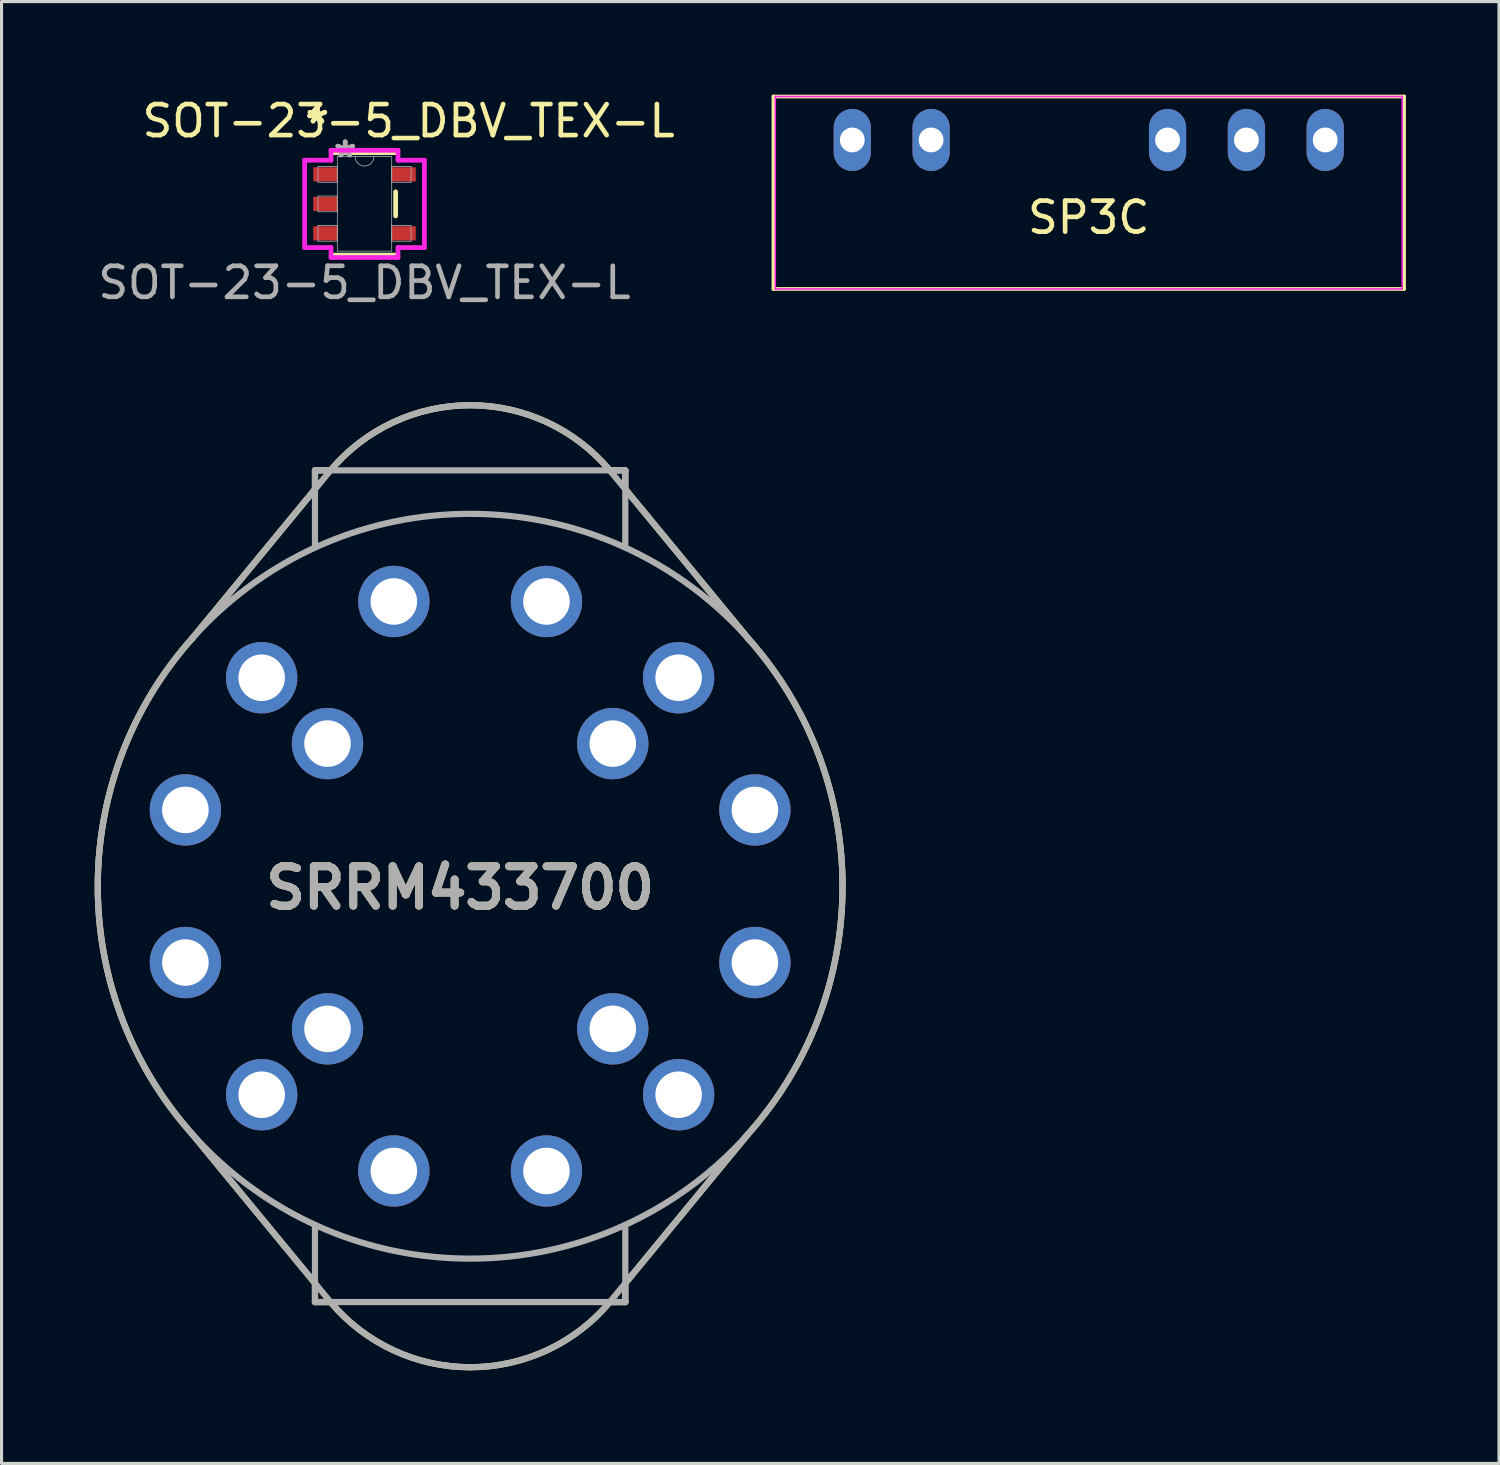
<source format=kicad_pcb>
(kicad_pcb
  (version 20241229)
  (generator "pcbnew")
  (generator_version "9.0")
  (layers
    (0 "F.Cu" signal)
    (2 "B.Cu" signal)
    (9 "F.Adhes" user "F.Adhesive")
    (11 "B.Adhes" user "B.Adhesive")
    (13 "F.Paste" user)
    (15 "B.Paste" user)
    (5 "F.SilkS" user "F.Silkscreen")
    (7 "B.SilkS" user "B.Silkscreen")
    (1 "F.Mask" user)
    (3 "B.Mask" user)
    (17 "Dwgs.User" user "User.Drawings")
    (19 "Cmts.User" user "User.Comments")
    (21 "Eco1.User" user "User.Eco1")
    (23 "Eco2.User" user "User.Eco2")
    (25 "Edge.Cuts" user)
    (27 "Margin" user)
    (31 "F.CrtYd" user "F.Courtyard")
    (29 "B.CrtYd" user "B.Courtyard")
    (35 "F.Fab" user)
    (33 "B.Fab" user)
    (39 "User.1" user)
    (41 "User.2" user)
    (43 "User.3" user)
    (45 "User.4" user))
  (footprint "SOT-23-5_DBV_TEX-L"
    (layer "F.Cu")
    (at 8.696 3.52)
    (property "Reference" "SOT-23-5_DBV_TEX-L" (at 1.422 -2.672 0) (unlocked yes) (layer "F.SilkS") (effects (font (size 1 1) (thickness 0.15))))
    (attr smd)
    (fp_line (start -1.003 1.651) (end 1.003 1.651) (stroke (width 0.152) (type solid)) (layer "F.SilkS"))
    (fp_line (start 1.003 -1.651) (end -1.003 -1.651) (stroke (width 0.152) (type solid)) (layer "F.SilkS"))
    (fp_line (start 1.003 0.389) (end 1.003 -0.389) (stroke (width 0.152) (type solid)) (layer "F.SilkS"))
    (fp_line (start -1.93 -1.407) (end -1.079 -1.407) (stroke (width 0.152) (type solid)) (layer "F.CrtYd"))
    (fp_line (start -1.93 1.407) (end -1.93 -1.407) (stroke (width 0.152) (type solid)) (layer "F.CrtYd"))
    (fp_line (start -1.079 -1.727) (end 1.079 -1.727) (stroke (width 0.152) (type solid)) (layer "F.CrtYd"))
    (fp_line (start -1.079 -1.407) (end -1.079 -1.727) (stroke (width 0.152) (type solid)) (layer "F.CrtYd"))
    (fp_line (start -1.079 1.407) (end -1.93 1.407) (stroke (width 0.152) (type solid)) (layer "F.CrtYd"))
    (fp_line (start -1.079 1.727) (end -1.079 1.407) (stroke (width 0.152) (type solid)) (layer "F.CrtYd"))
    (fp_line (start 1.079 -1.727) (end 1.079 -1.407) (stroke (width 0.152) (type solid)) (layer "F.CrtYd"))
    (fp_line (start 1.079 -1.407) (end 1.93 -1.407) (stroke (width 0.152) (type solid)) (layer "F.CrtYd"))
    (fp_line (start 1.079 1.407) (end 1.079 1.727) (stroke (width 0.152) (type solid)) (layer "F.CrtYd"))
    (fp_line (start 1.079 1.727) (end -1.079 1.727) (stroke (width 0.152) (type solid)) (layer "F.CrtYd"))
    (fp_line (start 1.93 -1.407) (end 1.93 1.407) (stroke (width 0.152) (type solid)) (layer "F.CrtYd"))
    (fp_line (start 1.93 1.407) (end 1.079 1.407) (stroke (width 0.152) (type solid)) (layer "F.CrtYd"))
    (fp_line (start -1.499 -1.204) (end -1.499 -0.696) (stroke (width 0.025) (type solid)) (layer "F.Fab"))
    (fp_line (start -1.499 -0.696) (end -0.876 -0.696) (stroke (width 0.025) (type solid)) (layer "F.Fab"))
    (fp_line (start -1.499 -0.254) (end -1.499 0.254) (stroke (width 0.025) (type solid)) (layer "F.Fab"))
    (fp_line (start -1.499 0.254) (end -0.876 0.254) (stroke (width 0.025) (type solid)) (layer "F.Fab"))
    (fp_line (start -1.499 0.696) (end -1.499 1.204) (stroke (width 0.025) (type solid)) (layer "F.Fab"))
    (fp_line (start -1.499 1.204) (end -0.876 1.204) (stroke (width 0.025) (type solid)) (layer "F.Fab"))
    (fp_line (start -0.876 -1.524) (end -0.876 1.524) (stroke (width 0.025) (type solid)) (layer "F.Fab"))
    (fp_line (start -0.876 -1.204) (end -1.499 -1.204) (stroke (width 0.025) (type solid)) (layer "F.Fab"))
    (fp_line (start -0.876 -0.696) (end -0.876 -1.204) (stroke (width 0.025) (type solid)) (layer "F.Fab"))
    (fp_line (start -0.876 -0.254) (end -1.499 -0.254) (stroke (width 0.025) (type solid)) (layer "F.Fab"))
    (fp_line (start -0.876 0.254) (end -0.876 -0.254) (stroke (width 0.025) (type solid)) (layer "F.Fab"))
    (fp_line (start -0.876 0.696) (end -1.499 0.696) (stroke (width 0.025) (type solid)) (layer "F.Fab"))
    (fp_line (start -0.876 1.204) (end -0.876 0.696) (stroke (width 0.025) (type solid)) (layer "F.Fab"))
    (fp_line (start -0.876 1.524) (end 0.876 1.524) (stroke (width 0.025) (type solid)) (layer "F.Fab"))
    (fp_line (start 0.876 -1.524) (end -0.876 -1.524) (stroke (width 0.025) (type solid)) (layer "F.Fab"))
    (fp_line (start 0.876 -1.204) (end 0.876 -0.696) (stroke (width 0.025) (type solid)) (layer "F.Fab"))
    (fp_line (start 0.876 -0.696) (end 1.499 -0.696) (stroke (width 0.025) (type solid)) (layer "F.Fab"))
    (fp_line (start 0.876 0.696) (end 0.876 1.204) (stroke (width 0.025) (type solid)) (layer "F.Fab"))
    (fp_line (start 0.876 1.204) (end 1.499 1.204) (stroke (width 0.025) (type solid)) (layer "F.Fab"))
    (fp_line (start 0.876 1.524) (end 0.876 -1.524) (stroke (width 0.025) (type solid)) (layer "F.Fab"))
    (fp_line (start 1.499 -1.204) (end 0.876 -1.204) (stroke (width 0.025) (type solid)) (layer "F.Fab"))
    (fp_line (start 1.499 -0.696) (end 1.499 -1.204) (stroke (width 0.025) (type solid)) (layer "F.Fab"))
    (fp_line (start 1.499 0.696) (end 0.876 0.696) (stroke (width 0.025) (type solid)) (layer "F.Fab"))
    (fp_line (start 1.499 1.204) (end 1.499 0.696) (stroke (width 0.025) (type solid)) (layer "F.Fab"))
    (fp_arc (start 0.3048 -1.524) (mid 0 -1.2192) (end -0.3048 -1.524) (stroke (width 0.0254) (type solid)) (layer "F.Fab"))
    (fp_text user "*" (at -1.518 -2.55 0) (layer "F.SilkS") (effects (font (size 1 1) (thickness 0.15))))
    (fp_text user "*" (at -1.518 -2.55 0) (unlocked yes) (layer "F.SilkS") (effects (font (size 1 1) (thickness 0.15))))
    (fp_text user "${REFERENCE}" (at 0 2.54 0) (unlocked yes) (layer "F.Fab") (effects (font (size 1 1) (thickness 0.15))))
    (fp_text user "*" (at -0.622 -1.458 0) (layer "F.Fab") (effects (font (size 1 1) (thickness 0.15))))
    (fp_text user "*" (at -0.622 -1.458 0) (unlocked yes) (layer "F.Fab") (effects (font (size 1 1) (thickness 0.15))))
    (pad "1" smd rect (at -1.264 -0.95) (size 0.775 0.457) (layers "F.Cu" "F.Mask" "F.Paste"))
    (pad "2" smd rect (at -1.264 0) (size 0.775 0.457) (layers "F.Cu" "F.Mask" "F.Paste"))
    (pad "3" smd rect (at -1.264 0.95) (size 0.775 0.457) (layers "F.Cu" "F.Mask" "F.Paste"))
    (pad "4" smd rect (at 1.264 0.95) (size 0.775 0.457) (layers "F.Cu" "F.Mask" "F.Paste"))
    (pad "5" smd rect (at 1.264 -0.95) (size 0.775 0.457) (layers "F.Cu" "F.Mask" "F.Paste")))
  (footprint "SRRM433700"
    (layer "F.Cu")
    (at 12.1 25.508)
    (property "Reference" "SRRM433700" (at -0.319 0.053 0) (layer "F.SilkS") (effects (font (size 1.27 1.27) (thickness 0.254))))
    (attr through_hole)
    (fp_line (start -8.955 -7.988) (end -5 -12.793) (stroke (width 0.2) (type solid)) (layer "F.SilkS"))
    (fp_line (start -5 -13.4) (end -4.5 -13.4) (stroke (width 0.2) (type solid)) (layer "F.SilkS"))
    (fp_line (start -5 -12.793) (end -5 -13.4) (stroke (width 0.2) (type solid)) (layer "F.SilkS"))
    (fp_line (start -5 12.793) (end -8.955 7.988) (stroke (width 0.2) (type solid)) (layer "F.SilkS"))
    (fp_line (start -5 13.4) (end -5 12.793) (stroke (width 0.2) (type solid)) (layer "F.SilkS"))
    (fp_line (start -4.5 13.4) (end -5 13.4) (stroke (width 0.2) (type solid)) (layer "F.SilkS"))
    (fp_line (start 4.5 -13.4) (end 5 -13.4) (stroke (width 0.2) (type solid)) (layer "F.SilkS"))
    (fp_line (start 4.5 13.4) (end 5 13.4) (stroke (width 0.2) (type solid)) (layer "F.SilkS"))
    (fp_line (start 5 -13.4) (end 5 -12.793) (stroke (width 0.2) (type solid)) (layer "F.SilkS"))
    (fp_line (start 5 -12.793) (end 8.955 -7.988) (stroke (width 0.2) (type solid)) (layer "F.SilkS"))
    (fp_line (start 5 12.793) (end 8.955 7.988) (stroke (width 0.2) (type solid)) (layer "F.SilkS"))
    (fp_line (start 5 13.4) (end 5 12.793) (stroke (width 0.2) (type solid)) (layer "F.SilkS"))
    (fp_arc (start -8.95036 7.993199) (mid -11.999999 0.003484) (end -8.955 -7.988) (stroke (width 0.2) (type solid)) (layer "F.SilkS"))
    (fp_arc (start -4.5 -13.4) (mid 0.001663 -15.499999) (end 4.502135 -13.397451) (stroke (width 0.2) (type solid)) (layer "F.SilkS"))
    (fp_arc (start 4.502135 13.397451) (mid 0.001663 15.499999) (end -4.5 13.4) (stroke (width 0.2) (type solid)) (layer "F.SilkS"))
    (fp_arc (start 8.955 -7.988) (mid 11.999999 0.003484) (end 8.95036 7.993199) (stroke (width 0.2) (type solid)) (layer "F.SilkS"))
    (fp_line (start -5 -13.4) (end -5 -10.92) (stroke (width 0.2) (type solid)) (layer "F.Fab"))
    (fp_line (start -5 -13.4) (end 5 -13.4) (stroke (width 0.2) (type solid)) (layer "F.Fab"))
    (fp_line (start -5 13.4) (end -5 10.92) (stroke (width 0.2) (type solid)) (layer "F.Fab"))
    (fp_line (start -5 13.4) (end 5 13.4) (stroke (width 0.2) (type solid)) (layer "F.Fab"))
    (fp_line (start -4.5 -13.4) (end -8.955 -7.988) (stroke (width 0.2) (type solid)) (layer "F.Fab"))
    (fp_line (start -4.5 13.4) (end -8.955 7.988) (stroke (width 0.2) (type solid)) (layer "F.Fab"))
    (fp_line (start 4.5 -13.4) (end 8.955 -7.988) (stroke (width 0.2) (type solid)) (layer "F.Fab"))
    (fp_line (start 4.5 13.4) (end 8.955 7.988) (stroke (width 0.2) (type solid)) (layer "F.Fab"))
    (fp_line (start 5 -13.4) (end 5 -10.92) (stroke (width 0.2) (type solid)) (layer "F.Fab"))
    (fp_line (start 5 13.4) (end 5 10.92) (stroke (width 0.2) (type solid)) (layer "F.Fab"))
    (fp_arc (start -4.5 -13.4) (mid 0.001663 -15.499999) (end 4.502135 -13.397451) (stroke (width 0.2) (type solid)) (layer "F.Fab"))
    (fp_arc (start 4.502135 13.397451) (mid 0.001663 15.499999) (end -4.5 13.4) (stroke (width 0.2) (type solid)) (layer "F.Fab"))
    (fp_circle (center 0 0) (end 0 12) (stroke (width 0.2) (type solid)) (fill no) (layer "F.Fab"))
    (fp_text user "${REFERENCE}" (at -0.319 0.053 0) (layer "F.Fab") (effects (font (size 1.27 1.27) (thickness 0.254))))
    (pad "1" thru_hole circle (at -9.176 -2.459) (size 2.3 2.3) (drill 1.5) (layers "*.Cu" "*.Mask"))
    (pad "2" thru_hole circle (at -6.718 -6.718) (size 2.3 2.3) (drill 1.5) (layers "*.Cu" "*.Mask"))
    (pad "3" thru_hole circle (at -2.459 -9.176) (size 2.3 2.3) (drill 1.5) (layers "*.Cu" "*.Mask"))
    (pad "4" thru_hole circle (at 2.459 -9.176) (size 2.3 2.3) (drill 1.5) (layers "*.Cu" "*.Mask"))
    (pad "5" thru_hole circle (at 6.718 -6.718) (size 2.3 2.3) (drill 1.5) (layers "*.Cu" "*.Mask"))
    (pad "6" thru_hole circle (at 9.176 -2.459) (size 2.3 2.3) (drill 1.5) (layers "*.Cu" "*.Mask"))
    (pad "7" thru_hole circle (at 9.176 2.459) (size 2.3 2.3) (drill 1.5) (layers "*.Cu" "*.Mask"))
    (pad "8" thru_hole circle (at 6.718 6.718) (size 2.3 2.3) (drill 1.5) (layers "*.Cu" "*.Mask"))
    (pad "9" thru_hole circle (at 2.459 9.176) (size 2.3 2.3) (drill 1.5) (layers "*.Cu" "*.Mask"))
    (pad "10" thru_hole circle (at -2.459 9.176) (size 2.3 2.3) (drill 1.5) (layers "*.Cu" "*.Mask"))
    (pad "11" thru_hole circle (at -6.718 6.718) (size 2.3 2.3) (drill 1.5) (layers "*.Cu" "*.Mask"))
    (pad "12" thru_hole circle (at -9.176 2.459) (size 2.3 2.3) (drill 1.5) (layers "*.Cu" "*.Mask"))
    (pad "13" thru_hole circle (at -4.596 -4.596) (size 2.3 2.3) (drill 1.5) (layers "*.Cu" "*.Mask"))
    (pad "13" thru_hole circle (at -4.596 4.596) (size 2.3 2.3) (drill 1.5) (layers "*.Cu" "*.Mask"))
    (pad "13" thru_hole circle (at 4.596 -4.596) (size 2.3 2.3) (drill 1.5) (layers "*.Cu" "*.Mask"))
    (pad "13" thru_hole circle (at 4.596 4.596) (size 2.3 2.3) (drill 1.5) (layers "*.Cu" "*.Mask")))
  (footprint "SP3C"
    (layer "F.Cu")
    (at 32.034 1.46)
    (property "Reference" "SP3C" (at 0 2.5 0) (layer "F.SilkS") (effects (font (size 1 1) (thickness 0.15))))
    (attr through_hole)
    (fp_line (start -10.16 -1.4) (end -10.16 4.8) (stroke (width 0.12) (type solid)) (layer "F.SilkS"))
    (fp_line (start -10.16 -1.4) (end 10.16 -1.4) (stroke (width 0.12) (type solid)) (layer "F.SilkS"))
    (fp_line (start 10.16 -1.4) (end 10.16 4.8) (stroke (width 0.12) (type solid)) (layer "F.SilkS"))
    (fp_line (start 10.16 4.8) (end -10.16 4.8) (stroke (width 0.12) (type solid)) (layer "F.SilkS"))
    (fp_line (start -10.1 -1.4) (end 10.1 -1.4) (stroke (width 0.05) (type solid)) (layer "F.CrtYd"))
    (fp_line (start -10.1 4.8) (end -10.1 -1.4) (stroke (width 0.05) (type solid)) (layer "F.CrtYd"))
    (fp_line (start 10.1 4.8) (end -10.1 4.8) (stroke (width 0.05) (type solid)) (layer "F.CrtYd"))
    (fp_line (start 10.1 4.8) (end 10.1 -1.4) (stroke (width 0.05) (type solid)) (layer "F.CrtYd"))
    (pad "1" thru_hole oval (at -7.62 0) (size 1.2 2) (drill 0.8) (layers "*.Cu" "*.Mask"))
    (pad "2" thru_hole oval (at -5.08 0) (size 1.2 2) (drill 0.8) (layers "*.Cu" "*.Mask"))
    (pad "5" thru_hole oval (at 2.54 0) (size 1.2 2) (drill 0.8) (layers "*.Cu" "*.Mask"))
    (pad "6" thru_hole oval (at 5.08 0) (size 1.2 2) (drill 0.8) (layers "*.Cu" "*.Mask"))
    (pad "7" thru_hole oval (at 7.62 0) (size 1.2 2) (drill 0.8) (layers "*.Cu" "*.Mask")))
  (gr_rect
    (start -3 -3)
    (end 45.254 44.108)
    (stroke (width 0.1) (type default))
    (fill no)
    (layer "Edge.Cuts")))
</source>
